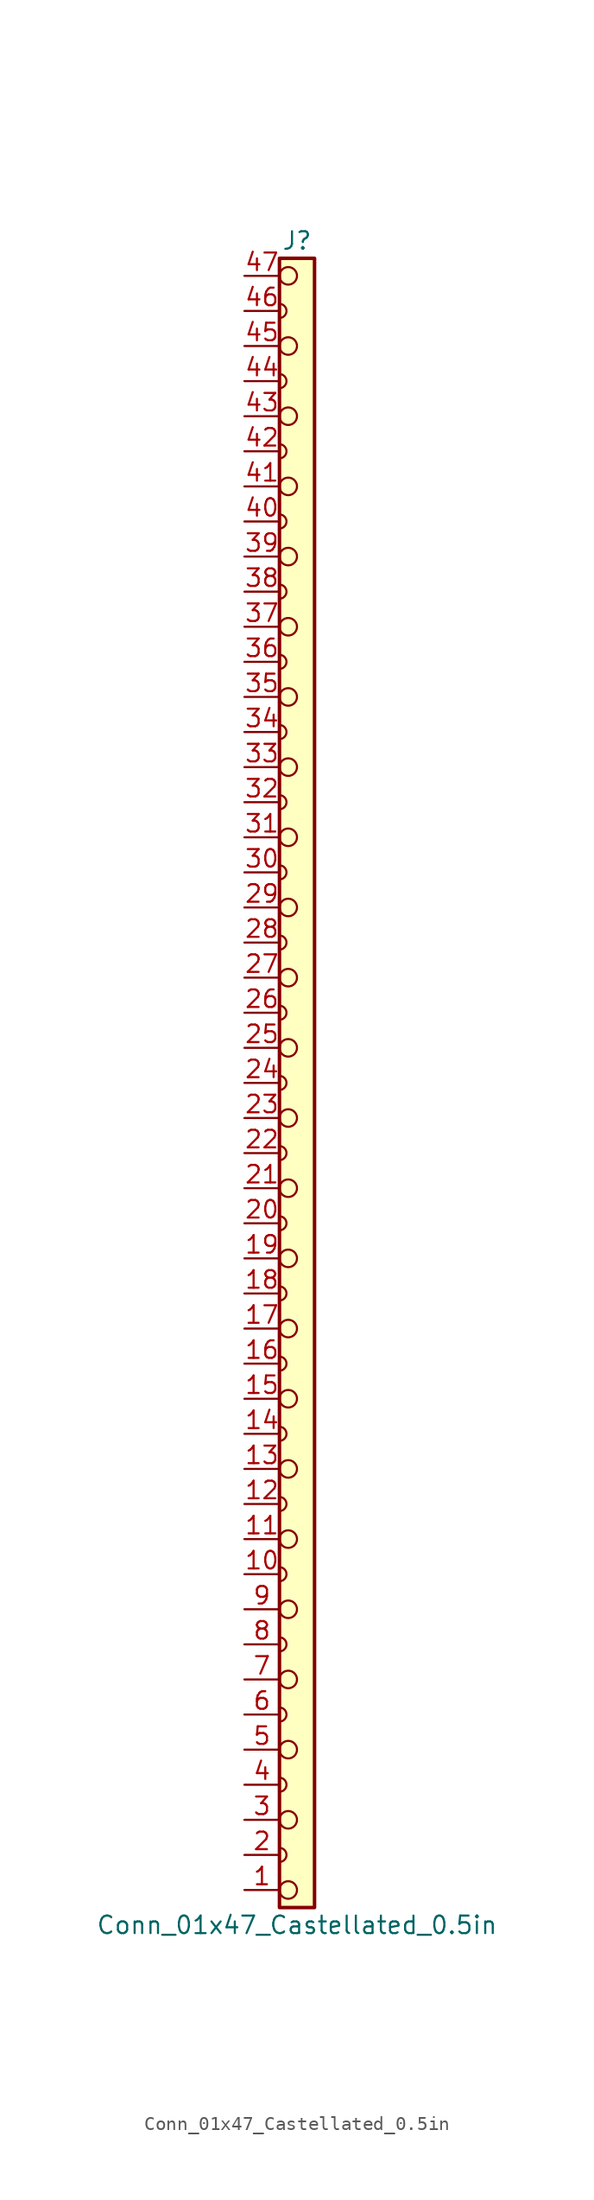
<source format=kicad_sym>
(kicad_symbol_lib
  (version 20231120)
  (generator "kicad_symbol_editor")
  (generator_version "8.0")
  (symbol "Conn_01x47_Castellated_0.5in"
    (pin_names
      (offset 1.016) hide)
    (property "Reference" "J"
      (at 0 60.96 0)
      (effects (font (size 1.27 1.27))))
    (property "Value" "Conn_01x47_Castellated_0.5in"
      (at 0 -60.96 0)
      (effects (font (size 1.27 1.27))))
    (symbol "Conn_01x47_Castellated_0.5in_0_1"
      (arc (start -1.27 -56.388) (mid -0.762 -55.88) (end -1.27 -55.372) (stroke (width 0) (type default)) (fill (type none)))
      (arc (start -1.27 -51.308) (mid -0.762 -50.8) (end -1.27 -50.292) (stroke (width 0) (type default)) (fill (type none)))
      (arc (start -1.27 -46.228) (mid -0.762 -45.72) (end -1.27 -45.212) (stroke (width 0) (type default)) (fill (type none)))
      (arc (start -1.27 -41.148) (mid -0.762 -40.64) (end -1.27 -40.132) (stroke (width 0) (type default)) (fill (type none)))
      (arc (start -1.27 -36.068) (mid -0.762 -35.56) (end -1.27 -35.052) (stroke (width 0) (type default)) (fill (type none)))
      (arc (start -1.27 -30.988) (mid -0.762 -30.48) (end -1.27 -29.972) (stroke (width 0) (type default)) (fill (type none)))
      (arc (start -1.27 -25.908) (mid -0.762 -25.4) (end -1.27 -24.892) (stroke (width 0) (type default)) (fill (type none)))
      (arc (start -1.27 -20.828) (mid -0.762 -20.32) (end -1.27 -19.812) (stroke (width 0) (type default)) (fill (type none)))
      (arc (start -1.27 -15.748) (mid -0.762 -15.24) (end -1.27 -14.732) (stroke (width 0) (type default)) (fill (type none)))
      (arc (start -1.27 -10.668) (mid -0.762 -10.16) (end -1.27 -9.652) (stroke (width 0) (type default)) (fill (type none)))
      (arc (start -1.27 -5.588) (mid -0.762 -5.08) (end -1.27 -4.572) (stroke (width 0) (type default)) (fill (type none)))
      (arc (start -1.27 -0.508) (mid -0.762 0) (end -1.27 0.508) (stroke (width 0) (type default)) (fill (type none)))
      (arc (start -1.27 4.572) (mid -0.762 5.08) (end -1.27 5.588) (stroke (width 0) (type default)) (fill (type none)))
      (arc (start -1.27 9.652) (mid -0.762 10.16) (end -1.27 10.668) (stroke (width 0) (type default)) (fill (type none)))
      (arc (start -1.27 14.732) (mid -0.762 15.24) (end -1.27 15.748) (stroke (width 0) (type default)) (fill (type none)))
      (arc (start -1.27 19.812) (mid -0.762 20.32) (end -1.27 20.828) (stroke (width 0) (type default)) (fill (type none)))
      (arc (start -1.27 24.892) (mid -0.762 25.4) (end -1.27 25.908) (stroke (width 0) (type default)) (fill (type none)))
      (arc (start -1.27 29.972) (mid -0.762 30.48) (end -1.27 30.988) (stroke (width 0) (type default)) (fill (type none)))
      (arc (start -1.27 35.052) (mid -0.762 35.56) (end -1.27 36.068) (stroke (width 0) (type default)) (fill (type none)))
      (arc (start -1.27 40.132) (mid -0.762 40.64) (end -1.27 41.148) (stroke (width 0) (type default)) (fill (type none)))
      (arc (start -1.27 45.212) (mid -0.762 45.72) (end -1.27 46.228) (stroke (width 0) (type default)) (fill (type none)))
      (arc (start -1.27 50.292) (mid -0.762 50.8) (end -1.27 51.308) (stroke (width 0) (type default)) (fill (type none)))
      (arc (start -1.27 55.372) (mid -0.762 55.88) (end -1.27 56.388) (stroke (width 0) (type default)) (fill (type none)))
      (circle (center -0.635 -58.42) (radius 0.635) (stroke (width 0) (type default)) (fill (type none)))
      (circle (center -0.635 -53.34) (radius 0.635) (stroke (width 0) (type default)) (fill (type none)))
      (circle (center -0.635 -48.26) (radius 0.635) (stroke (width 0) (type default)) (fill (type none)))
      (circle (center -0.635 -43.18) (radius 0.635) (stroke (width 0) (type default)) (fill (type none)))
      (circle (center -0.635 -38.1) (radius 0.635) (stroke (width 0) (type default)) (fill (type none)))
      (circle (center -0.635 -33.02) (radius 0.635) (stroke (width 0) (type default)) (fill (type none)))
      (circle (center -0.635 -27.94) (radius 0.635) (stroke (width 0) (type default)) (fill (type none)))
      (circle (center -0.635 -22.86) (radius 0.635) (stroke (width 0) (type default)) (fill (type none)))
      (circle (center -0.635 -17.78) (radius 0.635) (stroke (width 0) (type default)) (fill (type none)))
      (circle (center -0.635 -12.7) (radius 0.635) (stroke (width 0) (type default)) (fill (type none)))
      (circle (center -0.635 -7.62) (radius 0.635) (stroke (width 0) (type default)) (fill (type none)))
      (circle (center -0.635 -2.54) (radius 0.635) (stroke (width 0) (type default)) (fill (type none)))
      (circle (center -0.635 2.54) (radius 0.635) (stroke (width 0) (type default)) (fill (type none)))
      (circle (center -0.635 7.62) (radius 0.635) (stroke (width 0) (type default)) (fill (type none)))
      (circle (center -0.635 12.7) (radius 0.635) (stroke (width 0) (type default)) (fill (type none)))
      (circle (center -0.635 17.78) (radius 0.635) (stroke (width 0) (type default)) (fill (type none)))
      (circle (center -0.635 22.86) (radius 0.635) (stroke (width 0) (type default)) (fill (type none)))
      (circle (center -0.635 27.94) (radius 0.635) (stroke (width 0) (type default)) (fill (type none)))
      (circle (center -0.635 33.02) (radius 0.635) (stroke (width 0) (type default)) (fill (type none)))
      (circle (center -0.635 38.1) (radius 0.635) (stroke (width 0) (type default)) (fill (type none)))
      (circle (center -0.635 43.18) (radius 0.635) (stroke (width 0) (type default)) (fill (type none)))
      (circle (center -0.635 48.26) (radius 0.635) (stroke (width 0) (type default)) (fill (type none)))
      (circle (center -0.635 53.34) (radius 0.635) (stroke (width 0) (type default)) (fill (type none)))
      (circle (center -0.635 58.42) (radius 0.635) (stroke (width 0) (type default)) (fill (type none)))
      (polyline (pts (xy -1.27 -55.372) (xy -1.27 -56.388)) (stroke (width 0) (type default)) (fill (type none)))
      (polyline (pts (xy -1.27 -50.292) (xy -1.27 -51.308)) (stroke (width 0) (type default)) (fill (type none)))
      (polyline (pts (xy -1.27 -45.212) (xy -1.27 -46.228)) (stroke (width 0) (type default)) (fill (type none)))
      (polyline (pts (xy -1.27 -40.132) (xy -1.27 -41.148)) (stroke (width 0) (type default)) (fill (type none)))
      (polyline (pts (xy -1.27 -35.052) (xy -1.27 -36.068)) (stroke (width 0) (type default)) (fill (type none)))
      (polyline (pts (xy -1.27 -29.972) (xy -1.27 -30.988)) (stroke (width 0) (type default)) (fill (type none)))
      (polyline (pts (xy -1.27 -24.892) (xy -1.27 -25.908)) (stroke (width 0) (type default)) (fill (type none)))
      (polyline (pts (xy -1.27 -19.812) (xy -1.27 -20.828)) (stroke (width 0) (type default)) (fill (type none)))
      (polyline (pts (xy -1.27 -14.732) (xy -1.27 -15.748)) (stroke (width 0) (type default)) (fill (type none)))
      (polyline (pts (xy -1.27 -9.652) (xy -1.27 -10.668)) (stroke (width 0) (type default)) (fill (type none)))
      (polyline (pts (xy -1.27 -4.572) (xy -1.27 -5.588)) (stroke (width 0) (type default)) (fill (type none)))
      (polyline (pts (xy -1.27 0.508) (xy -1.27 -0.508)) (stroke (width 0) (type default)) (fill (type none)))
      (polyline (pts (xy -1.27 5.588) (xy -1.27 4.572)) (stroke (width 0) (type default)) (fill (type none)))
      (polyline (pts (xy -1.27 10.668) (xy -1.27 9.652)) (stroke (width 0) (type default)) (fill (type none)))
      (polyline (pts (xy -1.27 15.748) (xy -1.27 14.732)) (stroke (width 0) (type default)) (fill (type none)))
      (polyline (pts (xy -1.27 20.828) (xy -1.27 19.812)) (stroke (width 0) (type default)) (fill (type none)))
      (polyline (pts (xy -1.27 25.908) (xy -1.27 24.892)) (stroke (width 0) (type default)) (fill (type none)))
      (polyline (pts (xy -1.27 30.988) (xy -1.27 29.972)) (stroke (width 0) (type default)) (fill (type none)))
      (polyline (pts (xy -1.27 36.068) (xy -1.27 35.052)) (stroke (width 0) (type default)) (fill (type none)))
      (polyline (pts (xy -1.27 41.148) (xy -1.27 40.132)) (stroke (width 0) (type default)) (fill (type none)))
      (polyline (pts (xy -1.27 46.228) (xy -1.27 45.212)) (stroke (width 0) (type default)) (fill (type none)))
      (polyline (pts (xy -1.27 51.308) (xy -1.27 50.292)) (stroke (width 0) (type default)) (fill (type none)))
      (polyline (pts (xy -1.27 56.388) (xy -1.27 55.372)) (stroke (width 0) (type default)) (fill (type none))))
    (symbol "Conn_01x47_Castellated_0.5in_1_1"
      (rectangle (start -1.27 59.69) (end 1.27 -59.69) (stroke (width 0.254) (type default)) (fill (type background)))
      (pin passive line (at -3.81 -58.42 0) (length 2.54) (name "Pin_1" (effects (font (size 1.27 1.27)))) (number "1" (effects (font (size 1.27 1.27)))))
      (pin passive line (at -3.81 -35.56 0) (length 2.54) (name "Pin_10" (effects (font (size 1.27 1.27)))) (number "10" (effects (font (size 1.27 1.27)))))
      (pin passive line (at -3.81 -33.02 0) (length 2.54) (name "Pin_11" (effects (font (size 1.27 1.27)))) (number "11" (effects (font (size 1.27 1.27)))))
      (pin passive line (at -3.81 -30.48 0) (length 2.54) (name "Pin_12" (effects (font (size 1.27 1.27)))) (number "12" (effects (font (size 1.27 1.27)))))
      (pin passive line (at -3.81 -27.94 0) (length 2.54) (name "Pin_13" (effects (font (size 1.27 1.27)))) (number "13" (effects (font (size 1.27 1.27)))))
      (pin passive line (at -3.81 -25.4 0) (length 2.54) (name "Pin_14" (effects (font (size 1.27 1.27)))) (number "14" (effects (font (size 1.27 1.27)))))
      (pin passive line (at -3.81 -22.86 0) (length 2.54) (name "Pin_15" (effects (font (size 1.27 1.27)))) (number "15" (effects (font (size 1.27 1.27)))))
      (pin passive line (at -3.81 -20.32 0) (length 2.54) (name "Pin_16" (effects (font (size 1.27 1.27)))) (number "16" (effects (font (size 1.27 1.27)))))
      (pin passive line (at -3.81 -17.78 0) (length 2.54) (name "Pin_17" (effects (font (size 1.27 1.27)))) (number "17" (effects (font (size 1.27 1.27)))))
      (pin passive line (at -3.81 -15.24 0) (length 2.54) (name "Pin_18" (effects (font (size 1.27 1.27)))) (number "18" (effects (font (size 1.27 1.27)))))
      (pin passive line (at -3.81 -12.7 0) (length 2.54) (name "Pin_19" (effects (font (size 1.27 1.27)))) (number "19" (effects (font (size 1.27 1.27)))))
      (pin passive line (at -3.81 -55.88 0) (length 2.54) (name "Pin_2" (effects (font (size 1.27 1.27)))) (number "2" (effects (font (size 1.27 1.27)))))
      (pin passive line (at -3.81 -10.16 0) (length 2.54) (name "Pin_20" (effects (font (size 1.27 1.27)))) (number "20" (effects (font (size 1.27 1.27)))))
      (pin passive line (at -3.81 -7.62 0) (length 2.54) (name "Pin_21" (effects (font (size 1.27 1.27)))) (number "21" (effects (font (size 1.27 1.27)))))
      (pin passive line (at -3.81 -5.08 0) (length 2.54) (name "Pin_22" (effects (font (size 1.27 1.27)))) (number "22" (effects (font (size 1.27 1.27)))))
      (pin passive line (at -3.81 -2.54 0) (length 2.54) (name "Pin_23" (effects (font (size 1.27 1.27)))) (number "23" (effects (font (size 1.27 1.27)))))
      (pin passive line (at -3.81 0 0) (length 2.54) (name "Pin_24" (effects (font (size 1.27 1.27)))) (number "24" (effects (font (size 1.27 1.27)))))
      (pin passive line (at -3.81 2.54 0) (length 2.54) (name "Pin_25" (effects (font (size 1.27 1.27)))) (number "25" (effects (font (size 1.27 1.27)))))
      (pin passive line (at -3.81 5.08 0) (length 2.54) (name "Pin_26" (effects (font (size 1.27 1.27)))) (number "26" (effects (font (size 1.27 1.27)))))
      (pin passive line (at -3.81 7.62 0) (length 2.54) (name "Pin_27" (effects (font (size 1.27 1.27)))) (number "27" (effects (font (size 1.27 1.27)))))
      (pin passive line (at -3.81 10.16 0) (length 2.54) (name "Pin_28" (effects (font (size 1.27 1.27)))) (number "28" (effects (font (size 1.27 1.27)))))
      (pin passive line (at -3.81 12.7 0) (length 2.54) (name "Pin_29" (effects (font (size 1.27 1.27)))) (number "29" (effects (font (size 1.27 1.27)))))
      (pin passive line (at -3.81 -53.34 0) (length 2.54) (name "Pin_3" (effects (font (size 1.27 1.27)))) (number "3" (effects (font (size 1.27 1.27)))))
      (pin passive line (at -3.81 15.24 0) (length 2.54) (name "Pin_30" (effects (font (size 1.27 1.27)))) (number "30" (effects (font (size 1.27 1.27)))))
      (pin passive line (at -3.81 17.78 0) (length 2.54) (name "Pin_31" (effects (font (size 1.27 1.27)))) (number "31" (effects (font (size 1.27 1.27)))))
      (pin passive line (at -3.81 20.32 0) (length 2.54) (name "Pin_32" (effects (font (size 1.27 1.27)))) (number "32" (effects (font (size 1.27 1.27)))))
      (pin passive line (at -3.81 22.86 0) (length 2.54) (name "Pin_33" (effects (font (size 1.27 1.27)))) (number "33" (effects (font (size 1.27 1.27)))))
      (pin passive line (at -3.81 25.4 0) (length 2.54) (name "Pin_34" (effects (font (size 1.27 1.27)))) (number "34" (effects (font (size 1.27 1.27)))))
      (pin passive line (at -3.81 27.94 0) (length 2.54) (name "Pin_35" (effects (font (size 1.27 1.27)))) (number "35" (effects (font (size 1.27 1.27)))))
      (pin passive line (at -3.81 30.48 0) (length 2.54) (name "Pin_36" (effects (font (size 1.27 1.27)))) (number "36" (effects (font (size 1.27 1.27)))))
      (pin passive line (at -3.81 33.02 0) (length 2.54) (name "Pin_37" (effects (font (size 1.27 1.27)))) (number "37" (effects (font (size 1.27 1.27)))))
      (pin passive line (at -3.81 35.56 0) (length 2.54) (name "Pin_38" (effects (font (size 1.27 1.27)))) (number "38" (effects (font (size 1.27 1.27)))))
      (pin passive line (at -3.81 38.1 0) (length 2.54) (name "Pin_39" (effects (font (size 1.27 1.27)))) (number "39" (effects (font (size 1.27 1.27)))))
      (pin passive line (at -3.81 -50.8 0) (length 2.54) (name "Pin_4" (effects (font (size 1.27 1.27)))) (number "4" (effects (font (size 1.27 1.27)))))
      (pin passive line (at -3.81 40.64 0) (length 2.54) (name "Pin_40" (effects (font (size 1.27 1.27)))) (number "40" (effects (font (size 1.27 1.27)))))
      (pin passive line (at -3.81 43.18 0) (length 2.54) (name "Pin_41" (effects (font (size 1.27 1.27)))) (number "41" (effects (font (size 1.27 1.27)))))
      (pin passive line (at -3.81 45.72 0) (length 2.54) (name "Pin_42" (effects (font (size 1.27 1.27)))) (number "42" (effects (font (size 1.27 1.27)))))
      (pin passive line (at -3.81 48.26 0) (length 2.54) (name "Pin_43" (effects (font (size 1.27 1.27)))) (number "43" (effects (font (size 1.27 1.27)))))
      (pin passive line (at -3.81 50.8 0) (length 2.54) (name "Pin_44" (effects (font (size 1.27 1.27)))) (number "44" (effects (font (size 1.27 1.27)))))
      (pin passive line (at -3.81 53.34 0) (length 2.54) (name "Pin_45" (effects (font (size 1.27 1.27)))) (number "45" (effects (font (size 1.27 1.27)))))
      (pin passive line (at -3.81 55.88 0) (length 2.54) (name "Pin_46" (effects (font (size 1.27 1.27)))) (number "46" (effects (font (size 1.27 1.27)))))
      (pin passive line (at -3.81 58.42 0) (length 2.54) (name "Pin_47" (effects (font (size 1.27 1.27)))) (number "47" (effects (font (size 1.27 1.27)))))
      (pin passive line (at -3.81 -48.26 0) (length 2.54) (name "Pin_5" (effects (font (size 1.27 1.27)))) (number "5" (effects (font (size 1.27 1.27)))))
      (pin passive line (at -3.81 -45.72 0) (length 2.54) (name "Pin_6" (effects (font (size 1.27 1.27)))) (number "6" (effects (font (size 1.27 1.27)))))
      (pin passive line (at -3.81 -43.18 0) (length 2.54) (name "Pin_7" (effects (font (size 1.27 1.27)))) (number "7" (effects (font (size 1.27 1.27)))))
      (pin passive line (at -3.81 -40.64 0) (length 2.54) (name "Pin_8" (effects (font (size 1.27 1.27)))) (number "8" (effects (font (size 1.27 1.27)))))
      (pin passive line (at -3.81 -38.1 0) (length 2.54) (name "Pin_9" (effects (font (size 1.27 1.27)))) (number "9" (effects (font (size 1.27 1.27))))))))
</source>
